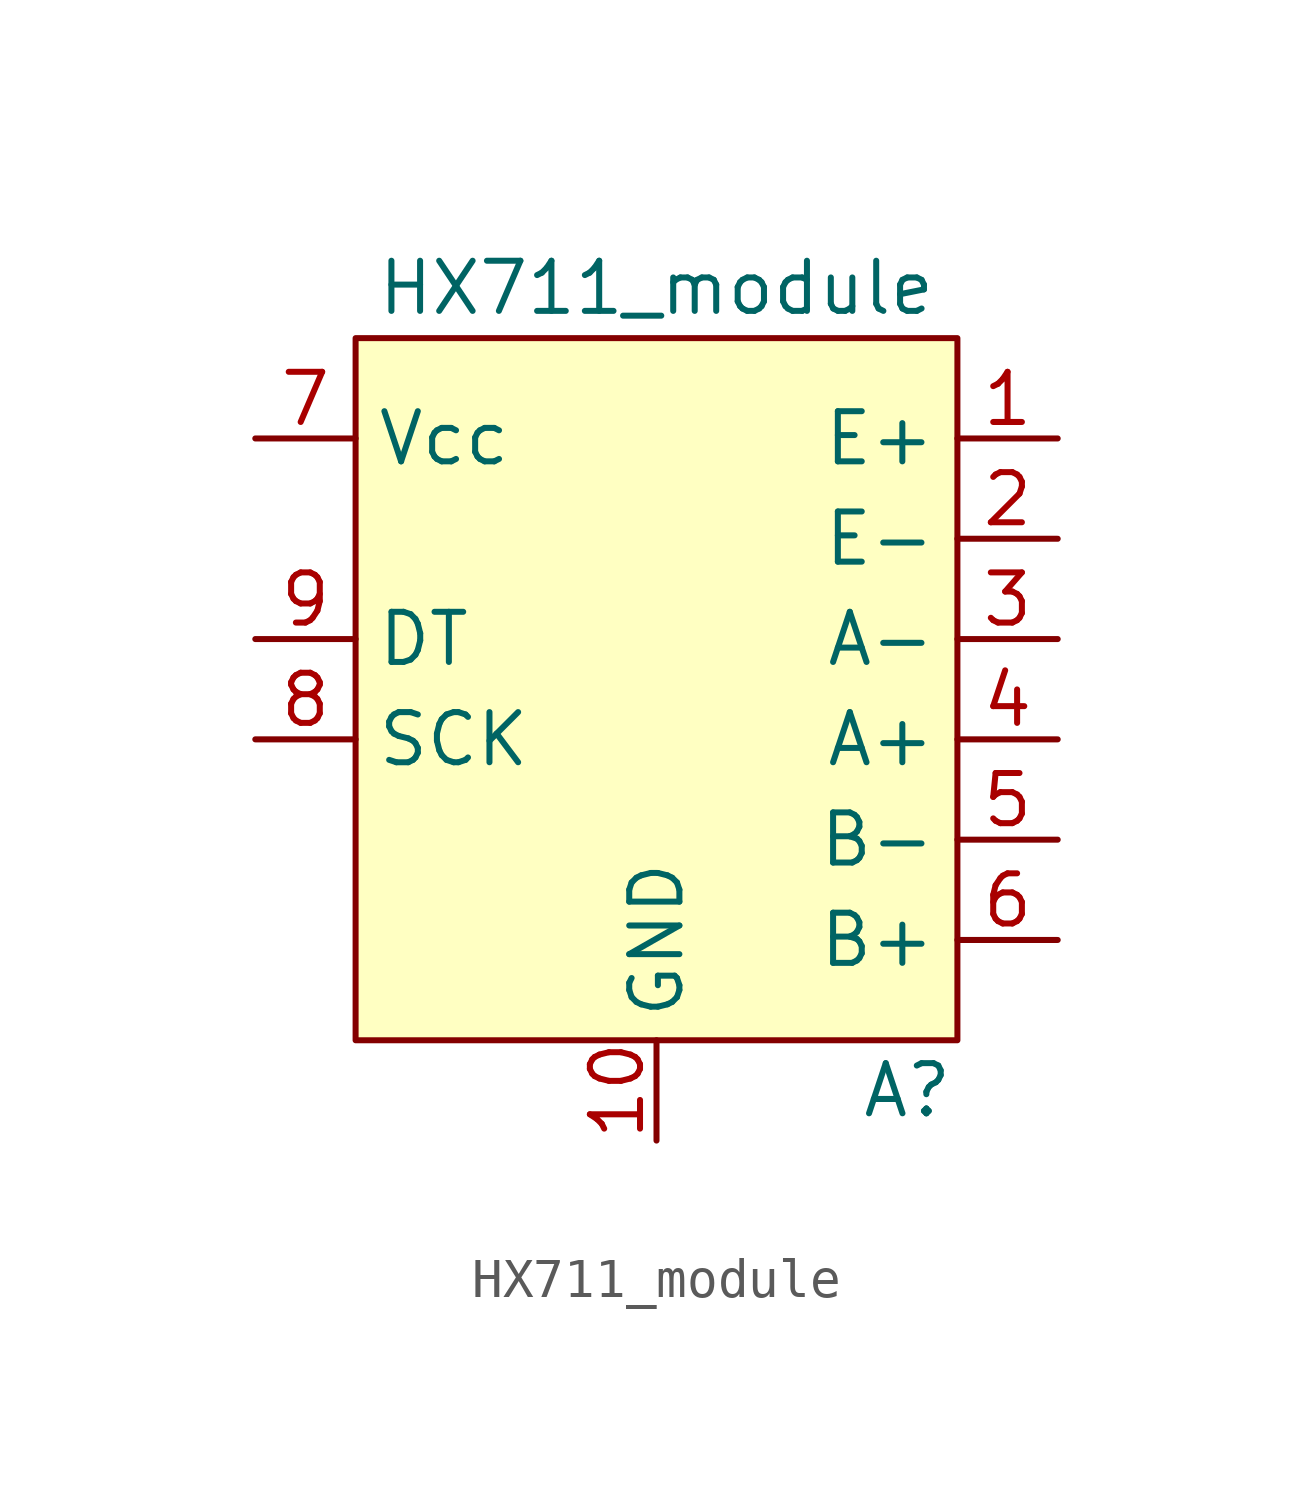
<source format=kicad_sym>
(kicad_symbol_lib
  (version 20211014)
  (generator kicad_symbol_editor)
  (symbol "HX711_module"
    (property "Reference" "A"
      (at 6.35 -16.51 0)
      (effects (font (size 1.27 1.27))))
    (property "Value" "HX711_module"
      (at 0 3.81 0)
      (effects (font (size 1.27 1.27))))
    (symbol "HX711_module_0_1"
      (rectangle (start -7.62 2.54) (end 7.62 -15.24) (stroke (width 0) (type default) (color 0 0 0 0)) (fill (type background))))
    (symbol "HX711_module_1_1"
      (pin input line (at 10.16 0 180) (length 2.54) (name "E+" (effects (font (size 1.27 1.27)))) (number "1" (effects (font (size 1.27 1.27)))))
      (pin power_in line (at 0 -17.78 90) (length 2.54) (name "GND" (effects (font (size 1.27 1.27)))) (number "10" (effects (font (size 1.27 1.27)))))
      (pin input line (at 10.16 -2.54 180) (length 2.54) (name "E-" (effects (font (size 1.27 1.27)))) (number "2" (effects (font (size 1.27 1.27)))))
      (pin input line (at 10.16 -5.08 180) (length 2.54) (name "A-" (effects (font (size 1.27 1.27)))) (number "3" (effects (font (size 1.27 1.27)))))
      (pin input line (at 10.16 -7.62 180) (length 2.54) (name "A+" (effects (font (size 1.27 1.27)))) (number "4" (effects (font (size 1.27 1.27)))))
      (pin input line (at 10.16 -10.16 180) (length 2.54) (name "B-" (effects (font (size 1.27 1.27)))) (number "5" (effects (font (size 1.27 1.27)))))
      (pin input line (at 10.16 -12.7 180) (length 2.54) (name "B+" (effects (font (size 1.27 1.27)))) (number "6" (effects (font (size 1.27 1.27)))))
      (pin power_in line (at -10.16 0 0) (length 2.54) (name "Vcc" (effects (font (size 1.27 1.27)))) (number "7" (effects (font (size 1.27 1.27)))))
      (pin input line (at -10.16 -7.62 0) (length 2.54) (name "SCK" (effects (font (size 1.27 1.27)))) (number "8" (effects (font (size 1.27 1.27)))))
      (pin input line (at -10.16 -5.08 0) (length 2.54) (name "DT" (effects (font (size 1.27 1.27)))) (number "9" (effects (font (size 1.27 1.27))))))))
</source>
